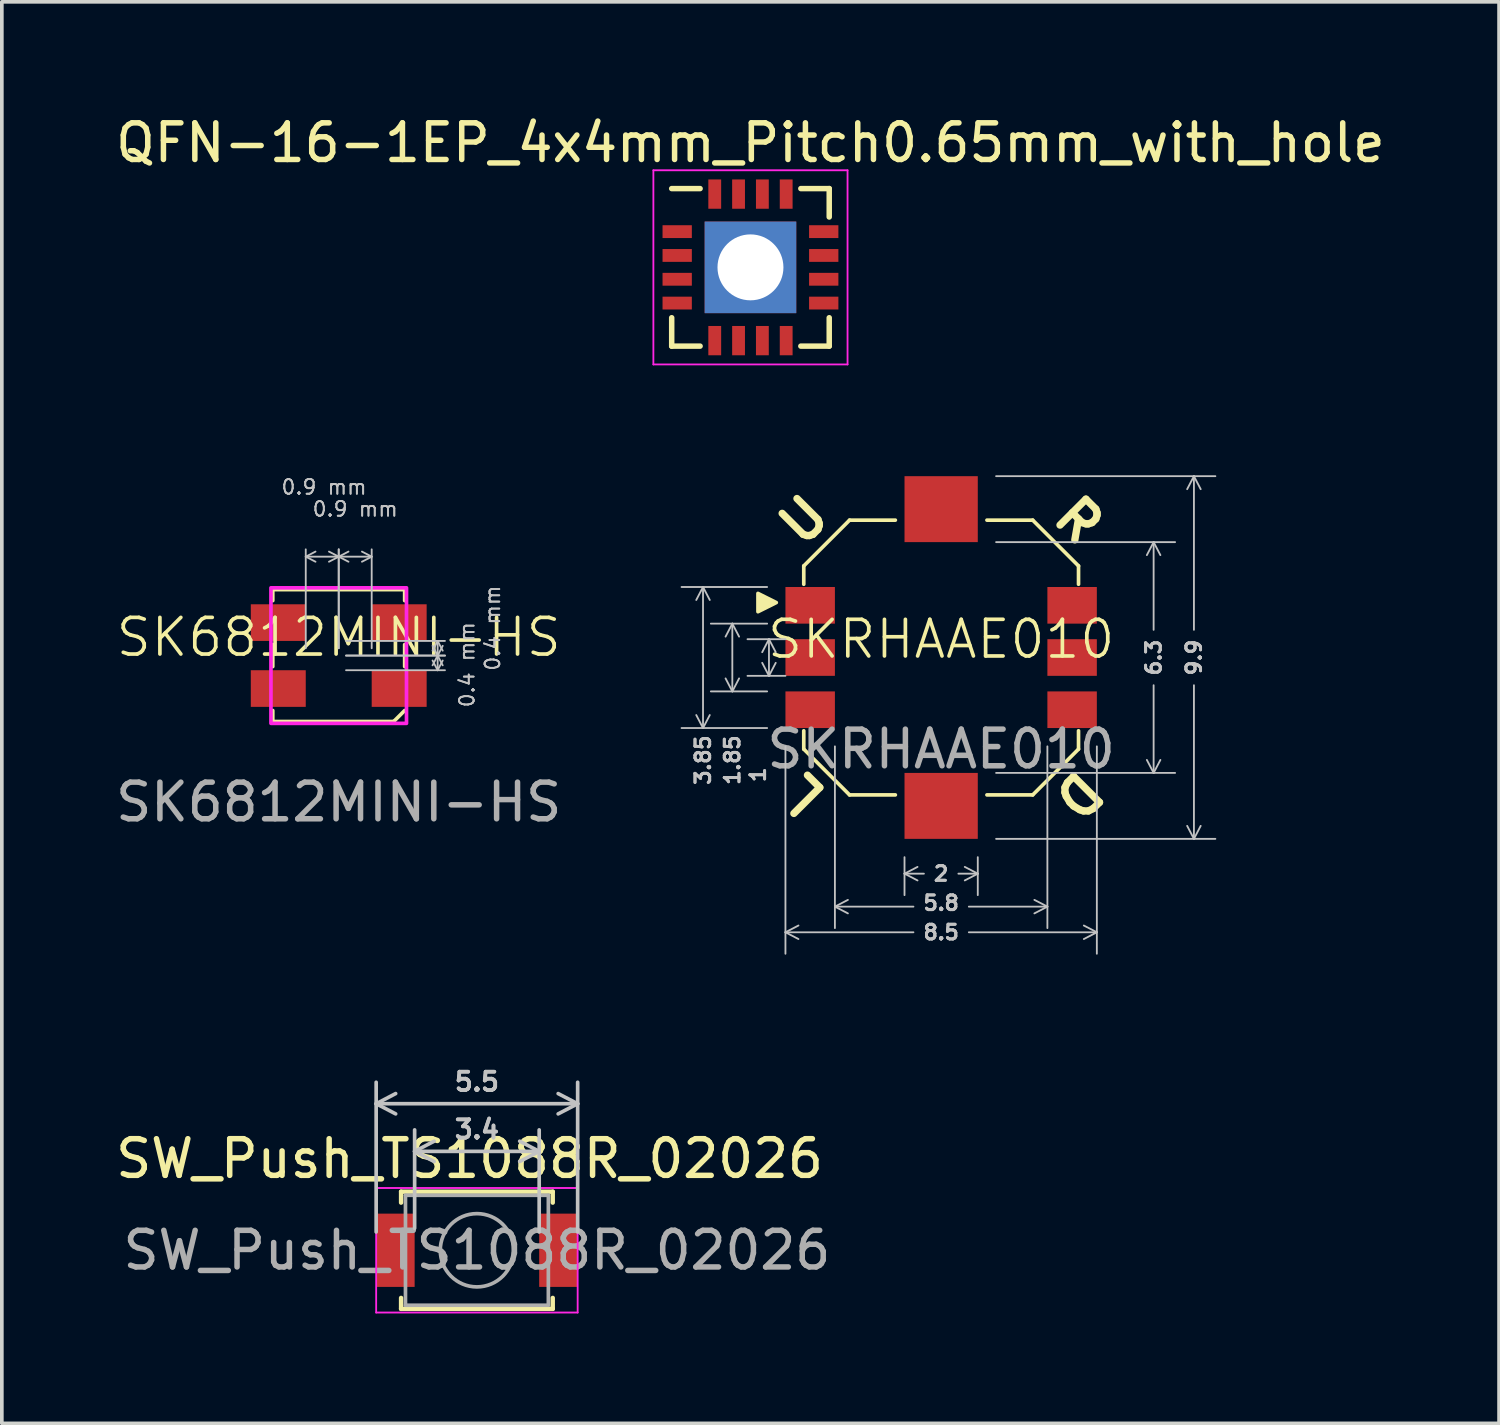
<source format=kicad_pcb>
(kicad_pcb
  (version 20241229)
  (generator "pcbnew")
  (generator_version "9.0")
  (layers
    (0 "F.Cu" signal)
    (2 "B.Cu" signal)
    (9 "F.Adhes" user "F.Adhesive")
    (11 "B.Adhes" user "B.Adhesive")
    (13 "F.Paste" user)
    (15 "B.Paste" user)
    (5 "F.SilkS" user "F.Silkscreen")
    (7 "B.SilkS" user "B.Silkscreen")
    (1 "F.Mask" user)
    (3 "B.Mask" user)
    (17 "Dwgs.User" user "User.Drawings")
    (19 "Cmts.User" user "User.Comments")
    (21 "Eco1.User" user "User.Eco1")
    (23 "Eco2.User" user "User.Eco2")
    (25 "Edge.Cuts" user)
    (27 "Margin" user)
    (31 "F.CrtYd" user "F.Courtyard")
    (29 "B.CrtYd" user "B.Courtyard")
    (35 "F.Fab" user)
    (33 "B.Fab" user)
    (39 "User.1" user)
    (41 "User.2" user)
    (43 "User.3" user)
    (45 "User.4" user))
  (footprint "QFN-16-1EP_4x4mm_Pitch0.65mm_with_hole"
    (layer "F.Cu")
    (at 17.435 4.248)
    (property "Reference" "QFN-16-1EP_4x4mm_Pitch0.65mm_with_hole" (at 0 -3.4 180) (layer "F.SilkS") (effects (font (size 1 1) (thickness 0.15))))
    (attr smd)
    (fp_line (start -2.15 -2.15) (end -1.375 -2.15) (stroke (width 0.15) (type solid)) (layer "F.SilkS"))
    (fp_line (start -2.15 2.15) (end -2.15 1.375) (stroke (width 0.15) (type solid)) (layer "F.SilkS"))
    (fp_line (start -2.15 2.15) (end -1.375 2.15) (stroke (width 0.15) (type solid)) (layer "F.SilkS"))
    (fp_line (start 2.15 -2.15) (end 1.375 -2.15) (stroke (width 0.15) (type solid)) (layer "F.SilkS"))
    (fp_line (start 2.15 -2.15) (end 2.15 -1.375) (stroke (width 0.15) (type solid)) (layer "F.SilkS"))
    (fp_line (start 2.15 2.15) (end 1.375 2.15) (stroke (width 0.15) (type solid)) (layer "F.SilkS"))
    (fp_line (start 2.15 2.15) (end 2.15 1.375) (stroke (width 0.15) (type solid)) (layer "F.SilkS"))
    (fp_line (start -2.65 -2.65) (end -2.65 2.65) (stroke (width 0.05) (type solid)) (layer "F.CrtYd"))
    (fp_line (start -2.65 -2.65) (end 2.65 -2.65) (stroke (width 0.05) (type solid)) (layer "F.CrtYd"))
    (fp_line (start -2.65 2.65) (end 2.65 2.65) (stroke (width 0.05) (type solid)) (layer "F.CrtYd"))
    (fp_line (start 2.65 -2.65) (end 2.65 2.65) (stroke (width 0.05) (type solid)) (layer "F.CrtYd"))
    (pad "1" smd rect (at -2 -0.975) (size 0.8 0.35) (layers "F.Cu" "F.Mask" "F.Paste"))
    (pad "2" smd rect (at -2 -0.325) (size 0.8 0.35) (layers "F.Cu" "F.Mask" "F.Paste"))
    (pad "3" smd rect (at -2 0.325) (size 0.8 0.35) (layers "F.Cu" "F.Mask" "F.Paste"))
    (pad "4" smd rect (at -2 0.975) (size 0.8 0.35) (layers "F.Cu" "F.Mask" "F.Paste"))
    (pad "5" smd rect (at -0.975 2 90) (size 0.8 0.35) (layers "F.Cu" "F.Mask" "F.Paste"))
    (pad "6" smd rect (at -0.325 2 90) (size 0.8 0.35) (layers "F.Cu" "F.Mask" "F.Paste"))
    (pad "7" smd rect (at 0.325 2 90) (size 0.8 0.35) (layers "F.Cu" "F.Mask" "F.Paste"))
    (pad "8" smd rect (at 0.975 2 90) (size 0.8 0.35) (layers "F.Cu" "F.Mask" "F.Paste"))
    (pad "9" smd rect (at 2 0.975) (size 0.8 0.35) (layers "F.Cu" "F.Mask" "F.Paste"))
    (pad "10" smd rect (at 2 0.325) (size 0.8 0.35) (layers "F.Cu" "F.Mask" "F.Paste"))
    (pad "11" smd rect (at 2 -0.325) (size 0.8 0.35) (layers "F.Cu" "F.Mask" "F.Paste"))
    (pad "12" smd rect (at 2 -0.975) (size 0.8 0.35) (layers "F.Cu" "F.Mask" "F.Paste"))
    (pad "13" smd rect (at 0.975 -2 90) (size 0.8 0.35) (layers "F.Cu" "F.Mask" "F.Paste"))
    (pad "14" smd rect (at 0.325 -2 90) (size 0.8 0.35) (layers "F.Cu" "F.Mask" "F.Paste"))
    (pad "15" smd rect (at -0.325 -2 90) (size 0.8 0.35) (layers "F.Cu" "F.Mask" "F.Paste"))
    (pad "16" smd rect (at -0.975 -2 90) (size 0.8 0.35) (layers "F.Cu" "F.Mask" "F.Paste"))
    (pad "17" thru_hole rect (at 0 0) (size 2.5 2.5) (drill 1.8) (layers "*.Cu" "*.Mask")))
  (footprint "SK6812MINI-HS"
    (layer "F.Cu")
    (at 6.196 14.845)
    (property "Reference" "SK6812MINI-HS" (at 0 -0.5 0) (unlocked yes) (layer "F.SilkS") (effects (font (size 1 1) (thickness 0.1))))
    (attr smd)
    (fp_line (start -1.8 -1.8) (end 1.8 -1.8) (stroke (width 0.1) (type default)) (layer "F.SilkS"))
    (fp_line (start -1.8 -1.5) (end -1.8 -1.8) (stroke (width 0.1) (type default)) (layer "F.SilkS"))
    (fp_line (start -1.8 -0.3) (end -1.8 0.3) (stroke (width 0.1) (type default)) (layer "F.SilkS"))
    (fp_line (start -1.8 1.5) (end -1.8 1.8) (stroke (width 0.1) (type default)) (layer "F.SilkS"))
    (fp_line (start -1.8 1.8) (end 1.5 1.8) (stroke (width 0.1) (type default)) (layer "F.SilkS"))
    (fp_line (start 1.5 1.8) (end 1.8 1.5) (stroke (width 0.1) (type default)) (layer "F.SilkS"))
    (fp_line (start 1.8 -1.8) (end 1.8 -1.5) (stroke (width 0.1) (type default)) (layer "F.SilkS"))
    (fp_line (start 1.8 0.3) (end 1.8 -0.3) (stroke (width 0.1) (type default)) (layer "F.SilkS"))
    (fp_rect (start -1.85 -1.85) (end 1.85 1.85) (stroke (width 0.1) (type default)) (fill no) (layer "F.CrtYd"))
    (fp_text user "${REFERENCE}" (at 0 4 0) (unlocked yes) (layer "F.Fab") (effects (font (size 1 1) (thickness 0.15))))
    (dimension (type aligned) (layer "Dwgs.User") (pts (xy 7.096 14.845) (xy 6.196 14.845)) (height 2.7) (format (prefix "") (suffix "") (units 3) (units_format 1) (precision 1)) (style (thickness 0.05) (arrow_length 0.3) (text_position_mode 2) (arrow_direction outward) (extension_height 0.2) (extension_offset 0.2) (keep_text_aligned yes)) (gr_text "0.9 mm" (at 6.646 10.845 0) (layer "Dwgs.User") (effects (font (size 0.4 0.4) (thickness 0.05)))))
    (dimension (type aligned) (layer "Dwgs.User") (pts (xy 6.196 14.845) (xy 6.196 14.445)) (height 2.7) (format (prefix "") (suffix "") (units 3) (units_format 1) (precision 1)) (style (thickness 0.05) (arrow_length 0.3) (text_position_mode 2) (arrow_direction outward) (extension_height 0.2) (extension_offset 0.2) (keep_text_aligned yes)) (gr_text "0.4 mm" (at 10.396 14.095 90) (layer "Dwgs.User") (effects (font (size 0.4 0.4) (thickness 0.05)))))
    (dimension (type aligned) (layer "Dwgs.User") (pts (xy 6.196 15.245) (xy 6.196 14.845)) (height 2.7) (format (prefix "") (suffix "") (units 3) (units_format 1) (precision 1)) (style (thickness 0.05) (arrow_length 0.3) (text_position_mode 2) (arrow_direction outward) (extension_height 0.2) (extension_offset 0.2) (keep_text_aligned yes)) (gr_text "0.4 mm" (at 9.696 15.095 90) (layer "Dwgs.User") (effects (font (size 0.4 0.4) (thickness 0.05)))))
    (dimension (type aligned) (layer "Dwgs.User") (pts (xy 6.196 14.845) (xy 5.296 14.845)) (height 2.7) (format (prefix "") (suffix "") (units 3) (units_format 1) (precision 1)) (style (thickness 0.05) (arrow_length 0.3) (text_position_mode 2) (arrow_direction outward) (extension_height 0.2) (extension_offset 0.2) (keep_text_aligned yes)) (gr_text "0.9 mm" (at 5.796 10.245 0) (layer "Dwgs.User") (effects (font (size 0.4 0.4) (thickness 0.05)))))
    (pad "1" smd rect (at 1.65 0.9) (size 1.5 1) (layers "F.Cu" "F.Mask" "F.Paste"))
    (pad "2" smd rect (at 1.65 -0.9) (size 1.5 1) (layers "F.Cu" "F.Mask" "F.Paste"))
    (pad "3" smd rect (at -1.65 -0.9) (size 1.5 1) (layers "F.Cu" "F.Mask" "F.Paste"))
    (pad "4" smd rect (at -1.65 0.9) (size 1.5 1) (layers "F.Cu" "F.Mask" "F.Paste")))
  (footprint "SKRHAAE010"
    (layer "F.Cu")
    (at 22.64 14.898)
    (property "Reference" "SKRHAAE010" (at 0 -0.5 0) (unlocked yes) (layer "F.SilkS") (effects (font (size 1 1) (thickness 0.1))))
    (attr smd)
    (fp_line (start -3.75 -2.5) (end -2.5 -3.75) (stroke (width 0.1) (type default)) (layer "F.SilkS"))
    (fp_line (start -3.75 -2) (end -3.75 -2.5) (stroke (width 0.1) (type default)) (layer "F.SilkS"))
    (fp_line (start -3.75 2) (end -3.75 2.5) (stroke (width 0.1) (type default)) (layer "F.SilkS"))
    (fp_line (start -3.75 2.5) (end -2.5 3.75) (stroke (width 0.1) (type default)) (layer "F.SilkS"))
    (fp_line (start -2.5 -3.75) (end -1.25 -3.75) (stroke (width 0.1) (type default)) (layer "F.SilkS"))
    (fp_line (start -2.5 3.75) (end -1.25 3.75) (stroke (width 0.1) (type default)) (layer "F.SilkS"))
    (fp_line (start 1.25 3.75) (end 2.5 3.75) (stroke (width 0.1) (type default)) (layer "F.SilkS"))
    (fp_line (start 2.5 -3.75) (end 1.25 -3.75) (stroke (width 0.1) (type default)) (layer "F.SilkS"))
    (fp_line (start 2.5 3.75) (end 3.75 2.5) (stroke (width 0.1) (type default)) (layer "F.SilkS"))
    (fp_line (start 3.75 -2.5) (end 2.5 -3.75) (stroke (width 0.1) (type default)) (layer "F.SilkS"))
    (fp_line (start 3.75 -2) (end 3.75 -2.5) (stroke (width 0.1) (type default)) (layer "F.SilkS"))
    (fp_line (start 3.75 2.5) (end 3.75 2) (stroke (width 0.1) (type default)) (layer "F.SilkS"))
    (fp_poly (pts (xy -5 -1.75) (xy -4.5 -1.5) (xy -5 -1.25)) (stroke (width 0.1) (type solid)) (fill yes) (layer "F.SilkS"))
    (fp_text user "R" (at 3.75 -3.75 315) (unlocked yes) (layer "F.SilkS") (effects (font (size 1 1) (thickness 0.2) (bold yes))))
    (fp_text user "D" (at 3.75 3.75 225) (unlocked yes) (layer "F.SilkS") (effects (font (size 1 1) (thickness 0.2) (bold yes))))
    (fp_text user "L" (at -3.75 3.75 135) (unlocked yes) (layer "F.SilkS") (effects (font (size 1 1) (thickness 0.2) (bold yes))))
    (fp_text user "U" (at -3.75 -3.75 45) (unlocked yes) (layer "F.SilkS") (effects (font (size 1 1) (thickness 0.2) (bold yes))))
    (fp_text user "${REFERENCE}" (at 0 2.5 0) (unlocked yes) (layer "F.Fab") (effects (font (size 1 1) (thickness 0.15))))
    (dimension (type orthogonal) (layer "Dwgs.User") (pts (xy 18.39 13.973) (xy 18.39 15.823)) (height -1.45) (orientation 1) (format (prefix "") (suffix "") (units 3) (units_format 0) (precision 4) (suppress_zeroes yes)) (style (thickness 0.05) (arrow_length 0.4) (text_position_mode 2) (arrow_direction outward) (extension_height 0.586) (extension_offset 0.5) (keep_text_aligned yes)) (gr_text "1.85" (at 16.94 17.698 90) (layer "Dwgs.User") (effects (font (size 0.4 0.4) (thickness 0.08) (bold yes)))))
    (dimension (type orthogonal) (layer "Dwgs.User") (pts (xy 23.64 18.048) (xy 23.64 11.748)) (height 4.8) (orientation 1) (format (prefix "") (suffix "") (units 3) (units_format 0) (precision 4) (suppress_zeroes yes)) (style (thickness 0.05) (arrow_length 0.4) (text_position_mode 2) (arrow_direction outward) (extension_height 0.586) (extension_offset 0.5) (keep_text_aligned yes)) (gr_text "6.3" (at 28.44 14.898 90) (layer "Dwgs.User") (effects (font (size 0.4 0.4) (thickness 0.08) (bold yes)))))
    (dimension (type orthogonal) (layer "Dwgs.User") (pts (xy 23.64 19.848) (xy 23.64 9.948)) (height 5.9) (orientation 1) (format (prefix "") (suffix "") (units 3) (units_format 0) (precision 4) (suppress_zeroes yes)) (style (thickness 0.05) (arrow_length 0.4) (text_position_mode 2) (arrow_direction outward) (extension_height 0.586) (extension_offset 0.5) (keep_text_aligned yes)) (gr_text "9.9" (at 29.54 14.898 90) (layer "Dwgs.User") (effects (font (size 0.4 0.4) (thickness 0.08) (bold yes)))))
    (dimension (type orthogonal) (layer "Dwgs.User") (pts (xy 19.74 16.823) (xy 25.54 16.823)) (height 4.875) (orientation 0) (format (prefix "") (suffix "") (units 3) (units_format 0) (precision 4) (suppress_zeroes yes)) (style (thickness 0.05) (arrow_length 0.4) (text_position_mode 2) (arrow_direction outward) (extension_height 0.586) (extension_offset 0.5) (keep_text_aligned yes)) (gr_text "5.8" (at 22.64 21.598 0) (layer "Dwgs.User") (effects (font (size 0.4 0.4) (thickness 0.08) (bold yes)))))
    (dimension (type orthogonal) (layer "Dwgs.User") (pts (xy 18.39 16.823) (xy 26.89 16.823)) (height 5.575) (orientation 0) (format (prefix "") (suffix "") (units 3) (units_format 0) (precision 4) (suppress_zeroes yes)) (style (thickness 0.05) (arrow_length 0.4) (text_position_mode 2) (arrow_direction outward) (extension_height 0.586) (extension_offset 0.5) (keep_text_aligned yes)) (gr_text "8.5" (at 22.64 22.398 0) (layer "Dwgs.User") (effects (font (size 0.4 0.4) (thickness 0.08) (bold yes)))))
    (dimension (type orthogonal) (layer "Dwgs.User") (pts (xy 18.89 14.398) (xy 18.89 15.398)) (height -0.95) (orientation 1) (format (prefix "") (suffix "") (units 3) (units_format 0) (precision 4) (suppress_zeroes yes)) (style (thickness 0.05) (arrow_length 0.4) (text_position_mode 2) (arrow_direction outward) (extension_height 0.586) (extension_offset 0.5) (keep_text_aligned yes)) (gr_text "1" (at 17.64 18.098 90) (layer "Dwgs.User") (effects (font (size 0.4 0.4) (thickness 0.08) (bold yes)))))
    (dimension (type orthogonal) (layer "Dwgs.User") (pts (xy 21.64 19.848) (xy 23.64 19.848)) (height 0.95) (orientation 0) (format (prefix "") (suffix "") (units 3) (units_format 0) (precision 4) (suppress_zeroes yes)) (style (thickness 0.05) (arrow_length 0.4) (text_position_mode 2) (arrow_direction outward) (extension_height 0.586) (extension_offset 0.5) (keep_text_aligned yes)) (gr_text "2" (at 22.64 20.798 0) (layer "Dwgs.User") (effects (font (size 0.4 0.4) (thickness 0.08) (bold yes)))))
    (dimension (type orthogonal) (layer "Dwgs.User") (pts (xy 18.39 12.973) (xy 18.39 16.823)) (height -2.25) (orientation 1) (format (prefix "") (suffix "") (units 3) (units_format 0) (precision 4) (suppress_zeroes yes)) (style (thickness 0.05) (arrow_length 0.4) (text_position_mode 2) (arrow_direction outward) (extension_height 0.586) (extension_offset 0.5) (keep_text_aligned yes)) (gr_text "3.85" (at 16.14 17.698 90) (layer "Dwgs.User") (effects (font (size 0.4 0.4) (thickness 0.08) (bold yes)))))
    (pad "0" smd rect (at 0 -4.05) (size 2 1.8) (layers "F.Cu" "F.Mask" "F.Paste"))
    (pad "0" smd rect (at 0 4.05) (size 2 1.8) (layers "F.Cu" "F.Mask" "F.Paste"))
    (pad "1" smd rect (at -3.575 -1.425) (size 1.35 1) (layers "F.Cu" "F.Mask" "F.Paste"))
    (pad "2" smd rect (at -3.575 0) (size 1.35 1) (layers "F.Cu" "F.Mask" "F.Paste"))
    (pad "3" smd rect (at -3.575 1.425) (size 1.35 1) (layers "F.Cu" "F.Mask" "F.Paste"))
    (pad "4" smd rect (at 3.575 -1.425) (size 1.35 1) (layers "F.Cu" "F.Mask" "F.Paste"))
    (pad "5" smd rect (at 3.575 0) (size 1.35 1) (layers "F.Cu" "F.Mask" "F.Paste"))
    (pad "6" smd rect (at 3.575 1.425) (size 1.35 1) (layers "F.Cu" "F.Mask" "F.Paste")))
  (footprint "SW_Push_TS1088R_02026"
    (layer "F.Cu")
    (at 9.968 31.078)
    (property "Reference" "SW_Push_TS1088R_02026" (at -0.2 -2.5 0) (layer "F.SilkS") (effects (font (size 1 1) (thickness 0.15))))
    (attr smd)
    (fp_line (start -2.07 -1.6) (end 2.07 -1.6) (stroke (width 0.12) (type solid)) (layer "F.SilkS"))
    (fp_line (start -2.07 -1.3) (end -2.07 -1.6) (stroke (width 0.12) (type solid)) (layer "F.SilkS"))
    (fp_line (start -2.07 1.6) (end -2.07 1.3) (stroke (width 0.12) (type solid)) (layer "F.SilkS"))
    (fp_line (start 2.07 -1.6) (end 2.07 -1.3) (stroke (width 0.12) (type solid)) (layer "F.SilkS"))
    (fp_line (start 2.07 1.3) (end 2.07 1.6) (stroke (width 0.12) (type solid)) (layer "F.SilkS"))
    (fp_line (start 2.07 1.6) (end -2.07 1.6) (stroke (width 0.12) (type solid)) (layer "F.SilkS"))
    (fp_line (start -2.75 -1.7) (end 2.75 -1.7) (stroke (width 0.05) (type solid)) (layer "F.CrtYd"))
    (fp_line (start -2.75 1.7) (end -2.75 -1.7) (stroke (width 0.05) (type solid)) (layer "F.CrtYd"))
    (fp_line (start 2.75 -1.7) (end 2.75 1.7) (stroke (width 0.05) (type solid)) (layer "F.CrtYd"))
    (fp_line (start 2.75 1.7) (end -2.75 1.7) (stroke (width 0.05) (type solid)) (layer "F.CrtYd"))
    (fp_line (start -1.95 -1.5) (end 1.95 -1.5) (stroke (width 0.1) (type solid)) (layer "F.Fab"))
    (fp_line (start -1.95 1.5) (end -1.95 -1.5) (stroke (width 0.1) (type solid)) (layer "F.Fab"))
    (fp_line (start 1.95 -1.5) (end 1.95 1.5) (stroke (width 0.1) (type solid)) (layer "F.Fab"))
    (fp_line (start 1.95 1.5) (end -1.95 1.5) (stroke (width 0.1) (type solid)) (layer "F.Fab"))
    (fp_circle (center 0 0) (end 1 0) (stroke (width 0.1) (type solid)) (fill no) (layer "F.Fab"))
    (fp_text user "${REFERENCE}" (at 0 0 0) (layer "F.Fab") (effects (font (size 1 1) (thickness 0.15))))
    (dimension (type orthogonal) (layer "Dwgs.User") (pts (xy 11.668 31.078) (xy 8.268 30.978)) (height -2.7) (orientation 0) (format (prefix "") (suffix "") (units 3) (units_format 0) (precision 4) (suppress_zeroes yes)) (style (thickness 0.1) (arrow_length 0.6) (text_position_mode 0) (arrow_direction outward) (extension_height 0.586) (extension_offset 0.5) (keep_text_aligned yes)) (gr_text "3.4" (at 9.968 27.778 0) (layer "Dwgs.User") (effects (font (size 0.5 0.5) (thickness 0.1) (bold yes)))))
    (dimension (type orthogonal) (layer "Dwgs.User") (pts (xy 12.718 31.078) (xy 7.218 31.078)) (height -4) (orientation 0) (format (prefix "") (suffix "") (units 3) (units_format 0) (precision 4) (suppress_zeroes yes)) (style (thickness 0.1) (arrow_length 0.6) (text_position_mode 0) (arrow_direction outward) (extension_height 0.586) (extension_offset 0.5) (keep_text_aligned yes)) (gr_text "5.5" (at 9.968 26.478 0) (layer "Dwgs.User") (effects (font (size 0.5 0.5) (thickness 0.1) (bold yes)))))
    (pad "1" smd rect (at -2.225 0) (size 1.05 2) (layers "F.Cu" "F.Mask" "F.Paste"))
    (pad "2" smd rect (at 2.225 0) (size 1.05 2) (layers "F.Cu" "F.Mask" "F.Paste")))
  (gr_rect
    (start -3 -3)
    (end 37.869 35.803)
    (stroke (width 0.1) (type default))
    (fill no)
    (layer "Edge.Cuts")))
</source>
